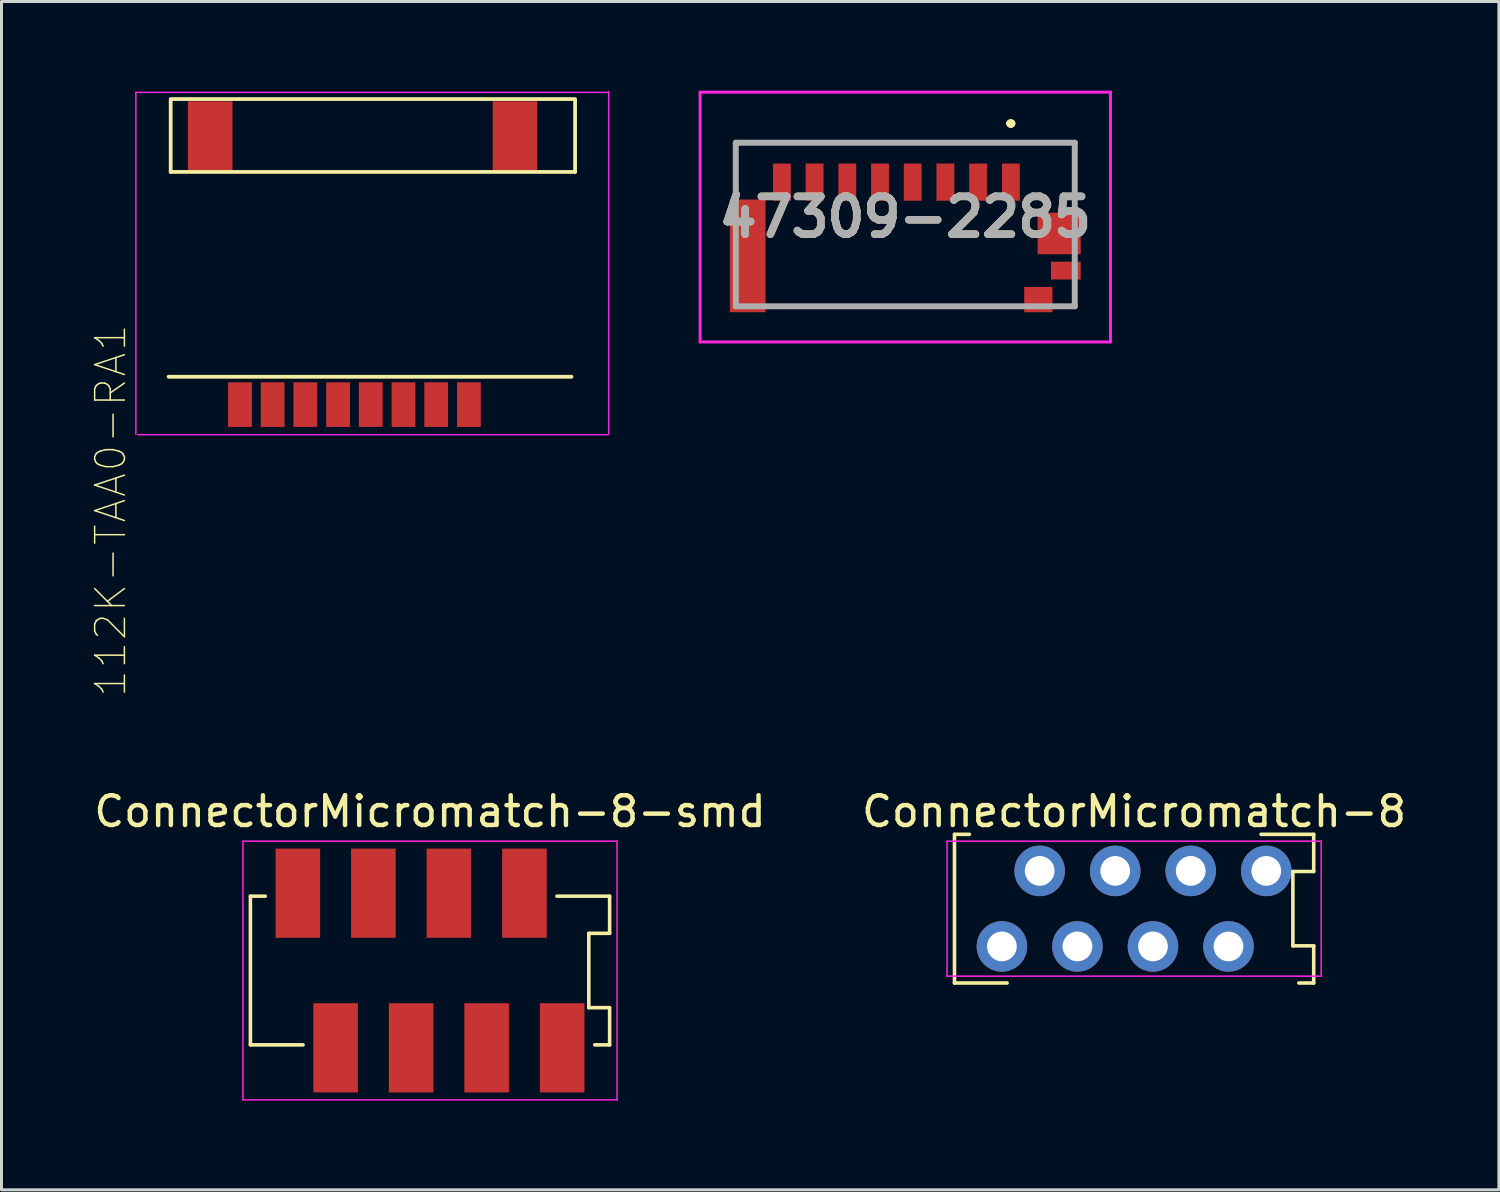
<source format=kicad_pcb>
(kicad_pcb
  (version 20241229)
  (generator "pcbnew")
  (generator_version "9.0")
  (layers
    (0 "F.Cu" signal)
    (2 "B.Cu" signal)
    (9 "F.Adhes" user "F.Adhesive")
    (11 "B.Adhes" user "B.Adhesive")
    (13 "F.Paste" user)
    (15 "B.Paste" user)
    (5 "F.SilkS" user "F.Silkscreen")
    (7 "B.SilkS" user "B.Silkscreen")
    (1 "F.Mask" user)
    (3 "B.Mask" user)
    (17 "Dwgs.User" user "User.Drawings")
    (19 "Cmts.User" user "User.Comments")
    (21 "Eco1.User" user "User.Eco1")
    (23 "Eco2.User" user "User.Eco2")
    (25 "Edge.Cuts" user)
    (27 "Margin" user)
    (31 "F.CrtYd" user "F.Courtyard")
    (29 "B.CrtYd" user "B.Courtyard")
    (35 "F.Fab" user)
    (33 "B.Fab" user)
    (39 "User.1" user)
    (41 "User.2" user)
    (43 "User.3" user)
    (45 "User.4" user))
  (footprint "47309-2285"
    (layer "F.Cu")
    (at 27.394 4.5)
    (property "Reference" "47309-2285" (at 0 -0.25 0) (layer "F.SilkS") (effects (font (size 1.27 1.27) (thickness 0.254))))
    (attr smd)
    (fp_line (start -5.7 -2.75) (end -5.7 -2.75) (stroke (width 0.1) (type solid)) (layer "F.SilkS"))
    (fp_line (start -5.7 -2.75) (end -5.7 -2.75) (stroke (width 0.1) (type solid)) (layer "F.SilkS"))
    (fp_line (start -5.7 -2.75) (end -5.7 -1.5) (stroke (width 0.1) (type solid)) (layer "F.SilkS"))
    (fp_line (start -5.7 -2.75) (end 5.7 -2.75) (stroke (width 0.1) (type solid)) (layer "F.SilkS"))
    (fp_line (start -5.7 -1.5) (end -5.7 -2.75) (stroke (width 0.1) (type solid)) (layer "F.SilkS"))
    (fp_line (start -5.7 -1.5) (end -5.7 -1.5) (stroke (width 0.1) (type solid)) (layer "F.SilkS"))
    (fp_line (start -4 2.75) (end -4 2.75) (stroke (width 0.1) (type solid)) (layer "F.SilkS"))
    (fp_line (start -4 2.75) (end 3.5 2.75) (stroke (width 0.1) (type solid)) (layer "F.SilkS"))
    (fp_line (start 3.5 -3.4) (end 3.5 -3.4) (stroke (width 0.2) (type solid)) (layer "F.SilkS"))
    (fp_line (start 3.5 -3.4) (end 3.5 -3.4) (stroke (width 0.2) (type solid)) (layer "F.SilkS"))
    (fp_line (start 3.5 2.75) (end -4 2.75) (stroke (width 0.1) (type solid)) (layer "F.SilkS"))
    (fp_line (start 3.5 2.75) (end 3.5 2.75) (stroke (width 0.1) (type solid)) (layer "F.SilkS"))
    (fp_line (start 3.6 -3.4) (end 3.6 -3.4) (stroke (width 0.2) (type solid)) (layer "F.SilkS"))
    (fp_line (start 5.5 2.75) (end 5.5 2.75) (stroke (width 0.1) (type solid)) (layer "F.SilkS"))
    (fp_line (start 5.5 2.75) (end 5.7 2.75) (stroke (width 0.1) (type solid)) (layer "F.SilkS"))
    (fp_line (start 5.7 -2.75) (end -5.7 -2.75) (stroke (width 0.1) (type solid)) (layer "F.SilkS"))
    (fp_line (start 5.7 -2.75) (end 5.7 -2.75) (stroke (width 0.1) (type solid)) (layer "F.SilkS"))
    (fp_line (start 5.7 -2.75) (end 5.7 -2.75) (stroke (width 0.1) (type solid)) (layer "F.SilkS"))
    (fp_line (start 5.7 -2.75) (end 5.7 -1) (stroke (width 0.1) (type solid)) (layer "F.SilkS"))
    (fp_line (start 5.7 -1) (end 5.7 -2.75) (stroke (width 0.1) (type solid)) (layer "F.SilkS"))
    (fp_line (start 5.7 -1) (end 5.7 -1) (stroke (width 0.1) (type solid)) (layer "F.SilkS"))
    (fp_line (start 5.7 2.5) (end 5.7 2.5) (stroke (width 0.1) (type solid)) (layer "F.SilkS"))
    (fp_line (start 5.7 2.5) (end 5.7 2.75) (stroke (width 0.1) (type solid)) (layer "F.SilkS"))
    (fp_line (start 5.7 2.75) (end 5.5 2.75) (stroke (width 0.1) (type solid)) (layer "F.SilkS"))
    (fp_line (start 5.7 2.75) (end 5.7 2.5) (stroke (width 0.1) (type solid)) (layer "F.SilkS"))
    (fp_line (start 5.7 2.75) (end 5.7 2.75) (stroke (width 0.1) (type solid)) (layer "F.SilkS"))
    (fp_line (start 5.7 2.75) (end 5.7 2.75) (stroke (width 0.1) (type solid)) (layer "F.SilkS"))
    (fp_arc (start 3.5 -3.4) (mid 3.55 -3.45) (end 3.6 -3.4) (stroke (width 0.2) (type solid)) (layer "F.SilkS"))
    (fp_arc (start 3.6 -3.4) (mid 3.55 -3.35) (end 3.5 -3.4) (stroke (width 0.2) (type solid)) (layer "F.SilkS"))
    (fp_arc (start 3.6 -3.4) (mid 3.55 -3.35) (end 3.5 -3.4) (stroke (width 0.2) (type solid)) (layer "F.SilkS"))
    (fp_line (start -6.9 -4.45) (end 6.9 -4.45) (stroke (width 0.1) (type solid)) (layer "F.CrtYd"))
    (fp_line (start -6.9 3.95) (end -6.9 -4.45) (stroke (width 0.1) (type solid)) (layer "F.CrtYd"))
    (fp_line (start 6.9 -4.45) (end 6.9 3.95) (stroke (width 0.1) (type solid)) (layer "F.CrtYd"))
    (fp_line (start 6.9 3.95) (end -6.9 3.95) (stroke (width 0.1) (type solid)) (layer "F.CrtYd"))
    (fp_line (start -5.7 -2.75) (end -5.7 2.75) (stroke (width 0.2) (type solid)) (layer "F.Fab"))
    (fp_line (start -5.7 2.75) (end 5.7 2.75) (stroke (width 0.2) (type solid)) (layer "F.Fab"))
    (fp_line (start 5.7 -2.75) (end -5.7 -2.75) (stroke (width 0.2) (type solid)) (layer "F.Fab"))
    (fp_line (start 5.7 2.75) (end 5.7 -2.75) (stroke (width 0.2) (type solid)) (layer "F.Fab"))
    (fp_text user "${REFERENCE}" (at 0 -0.25 0) (layer "F.Fab") (effects (font (size 1.27 1.27) (thickness 0.254))))
    (pad "G1" smd rect (at -5.3 1.055) (size 1.2 3.79) (layers "F.Cu" "F.Mask" "F.Paste"))
    (pad "G2" smd rect (at 5.175 0.3 90) (size 1.4 1.45) (layers "F.Cu" "F.Mask" "F.Paste"))
    (pad "G3" smd rect (at 5.4 1.55 90) (size 0.6 1) (layers "F.Cu" "F.Mask" "F.Paste"))
    (pad "G4" smd rect (at 4.475 2.525 90) (size 0.85 0.95) (layers "F.Cu" "F.Mask" "F.Paste"))
    (pad "P1" smd rect (at 3.55 -1.425) (size 0.6 1.25) (layers "F.Cu" "F.Mask" "F.Paste"))
    (pad "P2" smd rect (at 2.45 -1.425) (size 0.6 1.25) (layers "F.Cu" "F.Mask" "F.Paste"))
    (pad "P3" smd rect (at 1.35 -1.425) (size 0.6 1.25) (layers "F.Cu" "F.Mask" "F.Paste"))
    (pad "P4" smd rect (at 0.25 -1.425) (size 0.6 1.25) (layers "F.Cu" "F.Mask" "F.Paste"))
    (pad "P5" smd rect (at -0.85 -1.425) (size 0.6 1.25) (layers "F.Cu" "F.Mask" "F.Paste"))
    (pad "P6" smd rect (at -1.95 -1.425) (size 0.6 1.25) (layers "F.Cu" "F.Mask" "F.Paste"))
    (pad "P7" smd rect (at -3.05 -1.425) (size 0.6 1.25) (layers "F.Cu" "F.Mask" "F.Paste"))
    (pad "P8" smd rect (at -4.15 -1.425) (size 0.6 1.25) (layers "F.Cu" "F.Mask" "F.Paste")))
  (footprint "ConnectorMicromatch-8-smd"
    (layer "F.Cu")
    (at 11.411 29.588)
    (property "Reference" "ConnectorMicromatch-8-smd" (at 0 -5.35 0) (layer "F.SilkS") (effects (font (size 1 1) (thickness 0.15))))
    (attr smd)
    (fp_line (start -6.04 -2.5) (end -6.04 2.5) (stroke (width 0.12) (type solid)) (layer "F.SilkS"))
    (fp_line (start -6.04 2.5) (end -4.27 2.5) (stroke (width 0.12) (type solid)) (layer "F.SilkS"))
    (fp_line (start -5.54 -2.5) (end -6.04 -2.5) (stroke (width 0.12) (type solid)) (layer "F.SilkS"))
    (fp_line (start 4.27 -2.5) (end 6.04 -2.5) (stroke (width 0.12) (type solid)) (layer "F.SilkS"))
    (fp_line (start 5.34 -1.25) (end 5.34 1.25) (stroke (width 0.12) (type solid)) (layer "F.SilkS"))
    (fp_line (start 5.34 1.25) (end 6.04 1.25) (stroke (width 0.12) (type solid)) (layer "F.SilkS"))
    (fp_line (start 6.04 -2.5) (end 6.04 -1.25) (stroke (width 0.12) (type solid)) (layer "F.SilkS"))
    (fp_line (start 6.04 -1.25) (end 5.34 -1.25) (stroke (width 0.12) (type solid)) (layer "F.SilkS"))
    (fp_line (start 6.04 1.25) (end 6.04 2.5) (stroke (width 0.12) (type solid)) (layer "F.SilkS"))
    (fp_line (start 6.04 2.5) (end 5.54 2.5) (stroke (width 0.12) (type solid)) (layer "F.SilkS"))
    (fp_line (start -6.29 -4.35) (end 6.29 -4.35) (stroke (width 0.05) (type solid)) (layer "F.CrtYd"))
    (fp_line (start -6.29 4.35) (end -6.29 -4.35) (stroke (width 0.05) (type solid)) (layer "F.CrtYd"))
    (fp_line (start 6.29 -4.35) (end 6.29 4.35) (stroke (width 0.05) (type solid)) (layer "F.CrtYd"))
    (fp_line (start 6.29 4.35) (end -6.29 4.35) (stroke (width 0.05) (type solid)) (layer "F.CrtYd"))
    (pad "1" smd rect (at -4.445 -2.6) (size 1.5 3) (layers "F.Cu" "F.Mask" "F.Paste"))
    (pad "2" smd rect (at -3.175 2.6) (size 1.5 3) (layers "F.Cu" "F.Mask" "F.Paste"))
    (pad "3" smd rect (at -1.905 -2.6) (size 1.5 3) (layers "F.Cu" "F.Mask" "F.Paste"))
    (pad "4" smd rect (at -0.635 2.6) (size 1.5 3) (layers "F.Cu" "F.Mask" "F.Paste"))
    (pad "5" smd rect (at 0.635 -2.6) (size 1.5 3) (layers "F.Cu" "F.Mask" "F.Paste"))
    (pad "6" smd rect (at 1.905 2.6) (size 1.5 3) (layers "F.Cu" "F.Mask" "F.Paste"))
    (pad "7" smd rect (at 3.175 -2.6) (size 1.5 3) (layers "F.Cu" "F.Mask" "F.Paste"))
    (pad "8" smd rect (at 4.445 2.6) (size 1.5 3) (layers "F.Cu" "F.Mask" "F.Paste")))
  (footprint "ConnectorMicromatch-8"
    (layer "F.Cu")
    (at 35.089 27.508)
    (property "Reference" "ConnectorMicromatch-8" (at 0 -3.27 0) (layer "F.SilkS") (effects (font (size 1 1) (thickness 0.15))))
    (attr smd)
    (fp_line (start -6.04 -2.5) (end -6.04 2.5) (stroke (width 0.12) (type solid)) (layer "F.SilkS"))
    (fp_line (start -6.04 2.5) (end -4.27 2.5) (stroke (width 0.12) (type solid)) (layer "F.SilkS"))
    (fp_line (start -5.54 -2.5) (end -6.04 -2.5) (stroke (width 0.12) (type solid)) (layer "F.SilkS"))
    (fp_line (start 4.27 -2.5) (end 6.04 -2.5) (stroke (width 0.12) (type solid)) (layer "F.SilkS"))
    (fp_line (start 5.34 -1.25) (end 5.34 1.25) (stroke (width 0.12) (type solid)) (layer "F.SilkS"))
    (fp_line (start 5.34 1.25) (end 6.04 1.25) (stroke (width 0.12) (type solid)) (layer "F.SilkS"))
    (fp_line (start 6.04 -2.5) (end 6.04 -1.25) (stroke (width 0.12) (type solid)) (layer "F.SilkS"))
    (fp_line (start 6.04 -1.25) (end 5.34 -1.25) (stroke (width 0.12) (type solid)) (layer "F.SilkS"))
    (fp_line (start 6.04 1.25) (end 6.04 2.5) (stroke (width 0.12) (type solid)) (layer "F.SilkS"))
    (fp_line (start 6.04 2.5) (end 5.54 2.5) (stroke (width 0.12) (type solid)) (layer "F.SilkS"))
    (fp_line (start -6.29 -2.27) (end 6.29 -2.27) (stroke (width 0.05) (type solid)) (layer "F.CrtYd"))
    (fp_line (start -6.29 2.27) (end -6.29 -2.27) (stroke (width 0.05) (type solid)) (layer "F.CrtYd"))
    (fp_line (start 6.29 -2.27) (end 6.29 2.27) (stroke (width 0.05) (type solid)) (layer "F.CrtYd"))
    (fp_line (start 6.29 2.27) (end -6.29 2.27) (stroke (width 0.05) (type solid)) (layer "F.CrtYd"))
    (pad "1" thru_hole circle (at -4.445 1.27) (size 1.7 1.7) (drill 1) (layers "*.Cu" "*.Mask"))
    (pad "2" thru_hole circle (at -3.175 -1.27) (size 1.7 1.7) (drill 1) (layers "*.Cu" "*.Mask"))
    (pad "3" thru_hole circle (at -1.905 1.27) (size 1.7 1.7) (drill 1) (layers "*.Cu" "*.Mask"))
    (pad "4" thru_hole circle (at -0.635 -1.27) (size 1.7 1.7) (drill 1) (layers "*.Cu" "*.Mask"))
    (pad "5" thru_hole circle (at 0.635 1.27) (size 1.7 1.7) (drill 1) (layers "*.Cu" "*.Mask"))
    (pad "6" thru_hole circle (at 1.905 -1.27) (size 1.7 1.7) (drill 1) (layers "*.Cu" "*.Mask"))
    (pad "7" thru_hole circle (at 3.175 1.27) (size 1.7 1.7) (drill 1) (layers "*.Cu" "*.Mask"))
    (pad "8" thru_hole circle (at 4.445 -1.27) (size 1.7 1.7) (drill 1) (layers "*.Cu" "*.Mask")))
  (footprint "112K-TAA0-RA1"
    (layer "F.Cu")
    (at 9.519 10.557)
    (property "Reference" "112K-TAA0-RA1" (at -8.846 3.564 90) (layer "F.SilkS") (effects (font (size 1.001 1.001) (thickness 0.05))))
    (attr smd)
    (fp_line (start -6.9 -0.937) (end 6.65 -0.937) (stroke (width 0.127) (type solid)) (layer "F.SilkS"))
    (fp_line (start -6.829 -10.275) (end 6.771 -10.275) (stroke (width 0.127) (type solid)) (layer "F.SilkS"))
    (fp_line (start -6.829 -10.225) (end -6.829 -7.825) (stroke (width 0.127) (type solid)) (layer "F.SilkS"))
    (fp_line (start -6.829 -7.825) (end 6.771 -7.825) (stroke (width 0.127) (type solid)) (layer "F.SilkS"))
    (fp_line (start 6.771 -10.225) (end 6.771 -7.825) (stroke (width 0.127) (type solid)) (layer "F.SilkS"))
    (fp_line (start -6.882 -1.09) (end -6.882 -3.49) (stroke (width 0.127) (type solid)) (layer "Eco2.User"))
    (fp_line (start -6.829 -5.325) (end -6.829 -7.825) (stroke (width 0.127) (type solid)) (layer "Eco2.User"))
    (fp_line (start 6.771 -7.825) (end 6.771 -1.4) (stroke (width 0.127) (type solid)) (layer "Eco2.User"))
    (fp_line (start -8 -10.5) (end 7.9 -10.5) (stroke (width 0.05) (type solid)) (layer "F.CrtYd"))
    (fp_line (start -8 1) (end -8 -10.5) (stroke (width 0.05) (type solid)) (layer "F.CrtYd"))
    (fp_line (start 7.871 1.01) (end -7.929 1.01) (stroke (width 0.05) (type solid)) (layer "F.CrtYd"))
    (fp_line (start 7.9 -10.532) (end 7.9 1) (stroke (width 0.05) (type solid)) (layer "F.CrtYd"))
    (pad "1" smd rect (at 3.2 0) (size 0.8 1.5) (layers "F.Cu" "F.Mask" "F.Paste"))
    (pad "2" smd rect (at 2.1 0) (size 0.8 1.5) (layers "F.Cu" "F.Mask" "F.Paste"))
    (pad "3" smd rect (at 1 0) (size 0.8 1.5) (layers "F.Cu" "F.Mask" "F.Paste"))
    (pad "4" smd rect (at -0.1 0) (size 0.8 1.5) (layers "F.Cu" "F.Mask" "F.Paste"))
    (pad "5" smd rect (at -1.2 0) (size 0.8 1.5) (layers "F.Cu" "F.Mask" "F.Paste"))
    (pad "6" smd rect (at -2.3 0) (size 0.8 1.5) (layers "F.Cu" "F.Mask" "F.Paste"))
    (pad "7" smd rect (at -3.4 0) (size 0.8 1.5) (layers "F.Cu" "F.Mask" "F.Paste"))
    (pad "8" smd rect (at -4.5 0) (size 0.8 1.5) (layers "F.Cu" "F.Mask" "F.Paste"))
    (pad "G1" smd rect (at -5.5 -9) (size 1.5 2.4) (layers "F.Cu" "F.Mask" "F.Paste"))
    (pad "G2" smd rect (at 4.75 -9) (size 1.5 2.4) (layers "F.Cu" "F.Mask" "F.Paste")))
  (gr_rect
    (start -3 -3)
    (end 47.357 36.963)
    (stroke (width 0.1) (type default))
    (fill no)
    (layer "Edge.Cuts")))
</source>
